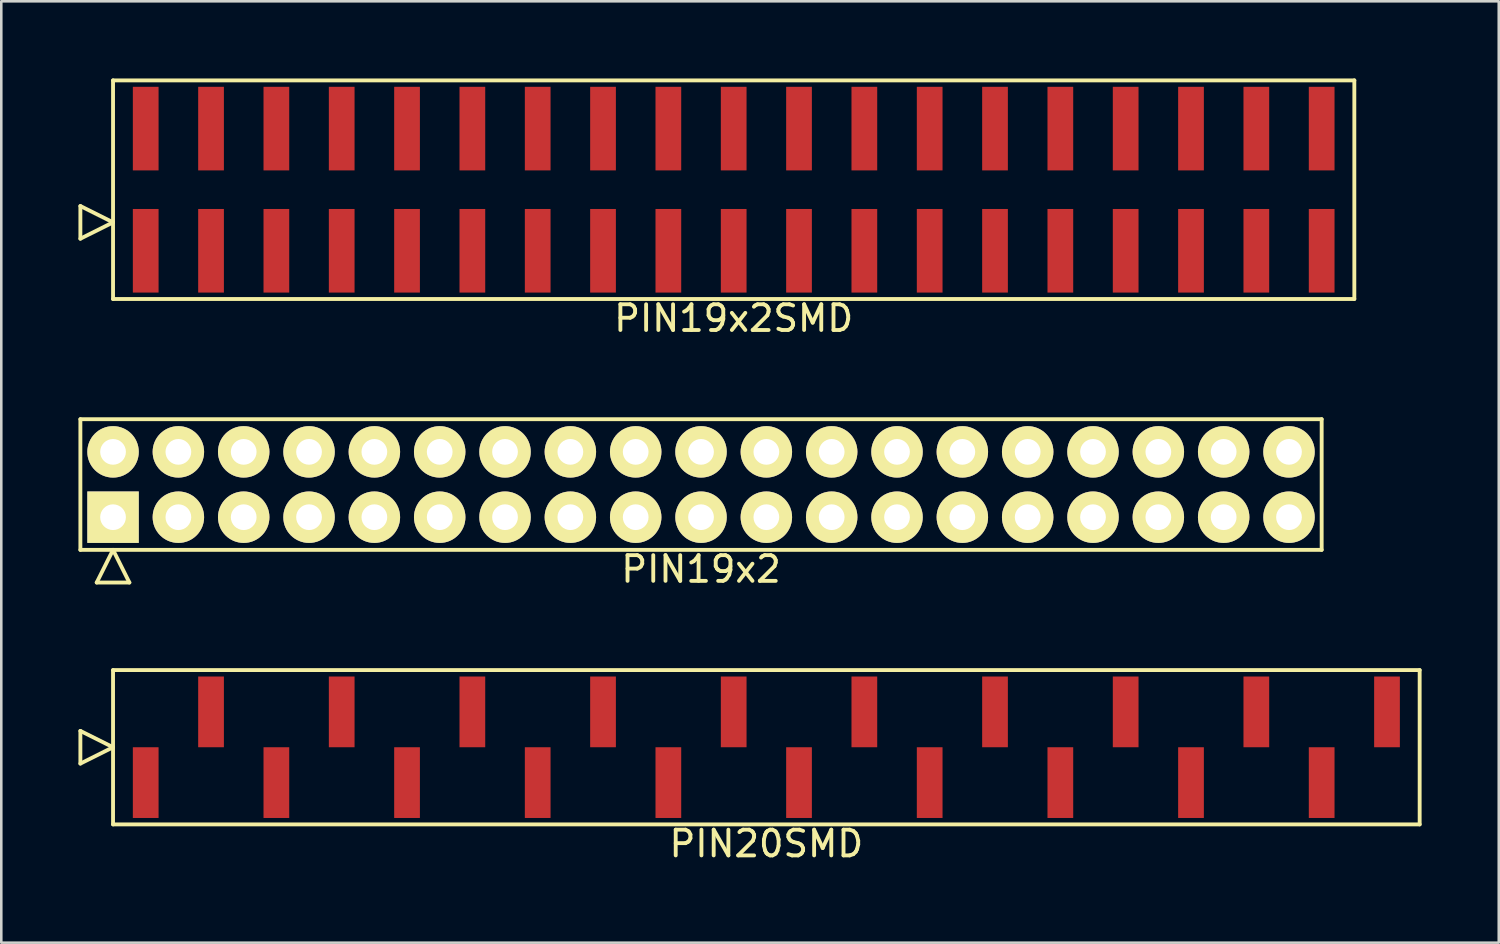
<source format=kicad_pcb>
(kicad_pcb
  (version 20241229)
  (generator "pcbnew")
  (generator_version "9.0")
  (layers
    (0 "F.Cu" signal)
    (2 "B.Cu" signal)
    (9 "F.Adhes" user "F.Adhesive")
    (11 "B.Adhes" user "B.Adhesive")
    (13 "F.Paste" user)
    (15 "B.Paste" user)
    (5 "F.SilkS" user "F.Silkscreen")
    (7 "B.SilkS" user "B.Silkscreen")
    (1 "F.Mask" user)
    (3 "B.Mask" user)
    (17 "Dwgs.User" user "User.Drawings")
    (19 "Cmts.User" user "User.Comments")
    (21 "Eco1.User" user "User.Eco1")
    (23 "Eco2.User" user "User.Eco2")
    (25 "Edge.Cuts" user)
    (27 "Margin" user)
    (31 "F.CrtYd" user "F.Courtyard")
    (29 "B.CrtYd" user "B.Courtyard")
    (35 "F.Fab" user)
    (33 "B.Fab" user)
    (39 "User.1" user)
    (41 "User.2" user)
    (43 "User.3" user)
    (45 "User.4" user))
  (footprint "PIN19x2"
    (layer "F.Cu")
    (at 24.205 15.788)
    (property "Reference" "PIN19x2" (at 0 3.29 0) (layer "F.SilkS") (effects (font (size 1 1) (thickness 0.15))))
    (attr through_hole)
    (fp_line (start -24.13 -2.54) (end -24.13 2.54) (stroke (width 0.15) (type solid)) (layer "F.SilkS"))
    (fp_line (start -24.13 2.54) (end 24.13 2.54) (stroke (width 0.15) (type solid)) (layer "F.SilkS"))
    (fp_line (start -23.495 3.81) (end -22.86 2.54) (stroke (width 0.15) (type solid)) (layer "F.SilkS"))
    (fp_line (start -23.495 3.81) (end -22.225 3.81) (stroke (width 0.15) (type solid)) (layer "F.SilkS"))
    (fp_line (start -22.225 3.81) (end -22.86 2.54) (stroke (width 0.15) (type solid)) (layer "F.SilkS"))
    (fp_line (start 24.13 -2.54) (end -24.13 -2.54) (stroke (width 0.15) (type solid)) (layer "F.SilkS"))
    (fp_line (start 24.13 2.54) (end 24.13 -2.54) (stroke (width 0.15) (type solid)) (layer "F.SilkS"))
    (pad "1" thru_hole rect (at -22.86 1.27) (size 2 2) (drill 1) (layers "*.Cu" "*.Mask" "F.SilkS"))
    (pad "2" thru_hole oval (at -22.86 -1.27) (size 2 2) (drill 1) (layers "*.Cu" "*.Mask" "F.SilkS"))
    (pad "3" thru_hole oval (at -20.32 1.27) (size 2 2) (drill 1) (layers "*.Cu" "*.Mask" "F.SilkS"))
    (pad "4" thru_hole oval (at -20.32 -1.27) (size 2 2) (drill 1) (layers "*.Cu" "*.Mask" "F.SilkS"))
    (pad "5" thru_hole oval (at -17.78 1.27) (size 2 2) (drill 1) (layers "*.Cu" "*.Mask" "F.SilkS"))
    (pad "6" thru_hole oval (at -17.78 -1.27) (size 2 2) (drill 1) (layers "*.Cu" "*.Mask" "F.SilkS"))
    (pad "7" thru_hole oval (at -15.24 1.27) (size 2 2) (drill 1) (layers "*.Cu" "*.Mask" "F.SilkS"))
    (pad "8" thru_hole oval (at -15.24 -1.27) (size 2 2) (drill 1) (layers "*.Cu" "*.Mask" "F.SilkS"))
    (pad "9" thru_hole oval (at -12.7 1.27) (size 2 2) (drill 1) (layers "*.Cu" "*.Mask" "F.SilkS"))
    (pad "10" thru_hole oval (at -12.7 -1.27) (size 2 2) (drill 1) (layers "*.Cu" "*.Mask" "F.SilkS"))
    (pad "11" thru_hole oval (at -10.16 1.27) (size 2 2) (drill 1) (layers "*.Cu" "*.Mask" "F.SilkS"))
    (pad "12" thru_hole oval (at -10.16 -1.27) (size 2 2) (drill 1) (layers "*.Cu" "*.Mask" "F.SilkS"))
    (pad "13" thru_hole oval (at -7.62 1.27) (size 2 2) (drill 1) (layers "*.Cu" "*.Mask" "F.SilkS"))
    (pad "14" thru_hole oval (at -7.62 -1.27) (size 2 2) (drill 1) (layers "*.Cu" "*.Mask" "F.SilkS"))
    (pad "15" thru_hole oval (at -5.08 1.27) (size 2 2) (drill 1) (layers "*.Cu" "*.Mask" "F.SilkS"))
    (pad "16" thru_hole oval (at -5.08 -1.27) (size 2 2) (drill 1) (layers "*.Cu" "*.Mask" "F.SilkS"))
    (pad "17" thru_hole oval (at -2.54 1.27) (size 2 2) (drill 1) (layers "*.Cu" "*.Mask" "F.SilkS"))
    (pad "18" thru_hole oval (at -2.54 -1.27) (size 2 2) (drill 1) (layers "*.Cu" "*.Mask" "F.SilkS"))
    (pad "19" thru_hole oval (at 0 1.27) (size 2 2) (drill 1) (layers "*.Cu" "*.Mask" "F.SilkS"))
    (pad "20" thru_hole oval (at 0 -1.27) (size 2 2) (drill 1) (layers "*.Cu" "*.Mask" "F.SilkS"))
    (pad "21" thru_hole oval (at 2.54 1.27) (size 2 2) (drill 1) (layers "*.Cu" "*.Mask" "F.SilkS"))
    (pad "22" thru_hole oval (at 2.54 -1.27) (size 2 2) (drill 1) (layers "*.Cu" "*.Mask" "F.SilkS"))
    (pad "23" thru_hole oval (at 5.08 1.27) (size 2 2) (drill 1) (layers "*.Cu" "*.Mask" "F.SilkS"))
    (pad "24" thru_hole oval (at 5.08 -1.27) (size 2 2) (drill 1) (layers "*.Cu" "*.Mask" "F.SilkS"))
    (pad "25" thru_hole oval (at 7.62 1.27) (size 2 2) (drill 1) (layers "*.Cu" "*.Mask" "F.SilkS"))
    (pad "26" thru_hole oval (at 7.62 -1.27) (size 2 2) (drill 1) (layers "*.Cu" "*.Mask" "F.SilkS"))
    (pad "27" thru_hole oval (at 10.16 1.27) (size 2 2) (drill 1) (layers "*.Cu" "*.Mask" "F.SilkS"))
    (pad "28" thru_hole oval (at 10.16 -1.27) (size 2 2) (drill 1) (layers "*.Cu" "*.Mask" "F.SilkS"))
    (pad "29" thru_hole oval (at 12.7 1.27) (size 2 2) (drill 1) (layers "*.Cu" "*.Mask" "F.SilkS"))
    (pad "30" thru_hole oval (at 12.7 -1.27) (size 2 2) (drill 1) (layers "*.Cu" "*.Mask" "F.SilkS"))
    (pad "31" thru_hole oval (at 15.24 1.27) (size 2 2) (drill 1) (layers "*.Cu" "*.Mask" "F.SilkS"))
    (pad "32" thru_hole oval (at 15.24 -1.27) (size 2 2) (drill 1) (layers "*.Cu" "*.Mask" "F.SilkS"))
    (pad "33" thru_hole oval (at 17.78 1.27) (size 2 2) (drill 1) (layers "*.Cu" "*.Mask" "F.SilkS"))
    (pad "34" thru_hole oval (at 17.78 -1.27) (size 2 2) (drill 1) (layers "*.Cu" "*.Mask" "F.SilkS"))
    (pad "35" thru_hole oval (at 20.32 1.27) (size 2 2) (drill 1) (layers "*.Cu" "*.Mask" "F.SilkS"))
    (pad "36" thru_hole oval (at 20.32 -1.27) (size 2 2) (drill 1) (layers "*.Cu" "*.Mask" "F.SilkS"))
    (pad "37" thru_hole oval (at 22.86 1.27) (size 2 2) (drill 1) (layers "*.Cu" "*.Mask" "F.SilkS"))
    (pad "38" thru_hole oval (at 22.86 -1.27) (size 2 2) (drill 1) (layers "*.Cu" "*.Mask" "F.SilkS")))
  (footprint "PIN19x2SMD"
    (layer "F.Cu")
    (at 25.475 4.325)
    (property "Reference" "PIN19x2SMD" (at 0 5 0) (layer "F.SilkS") (effects (font (size 1 1) (thickness 0.15))))
    (attr through_hole)
    (fp_line (start -25.4 1.905) (end -25.4 0.635) (stroke (width 0.15) (type solid)) (layer "F.SilkS"))
    (fp_line (start -24.13 -4.25) (end -24.13 4.25) (stroke (width 0.15) (type solid)) (layer "F.SilkS"))
    (fp_line (start -24.13 1.27) (end -25.4 0.635) (stroke (width 0.15) (type solid)) (layer "F.SilkS"))
    (fp_line (start -24.13 1.27) (end -25.4 1.905) (stroke (width 0.15) (type solid)) (layer "F.SilkS"))
    (fp_line (start -24.13 4.25) (end 24.13 4.25) (stroke (width 0.15) (type solid)) (layer "F.SilkS"))
    (fp_line (start 24.13 -4.25) (end -24.13 -4.25) (stroke (width 0.15) (type solid)) (layer "F.SilkS"))
    (fp_line (start 24.13 4.25) (end 24.13 -4.25) (stroke (width 0.15) (type solid)) (layer "F.SilkS"))
    (pad "1" smd rect (at -22.86 2.375) (size 1 3.25) (layers "F.Cu" "F.Mask" "F.Paste"))
    (pad "2" smd rect (at -22.86 -2.375) (size 1 3.25) (layers "F.Cu" "F.Mask" "F.Paste"))
    (pad "3" smd rect (at -20.32 2.375) (size 1 3.25) (layers "F.Cu" "F.Mask" "F.Paste"))
    (pad "4" smd rect (at -20.32 -2.375) (size 1 3.25) (layers "F.Cu" "F.Mask" "F.Paste"))
    (pad "5" smd rect (at -17.78 2.375) (size 1 3.25) (layers "F.Cu" "F.Mask" "F.Paste"))
    (pad "6" smd rect (at -17.78 -2.375) (size 1 3.25) (layers "F.Cu" "F.Mask" "F.Paste"))
    (pad "7" smd rect (at -15.24 2.375) (size 1 3.25) (layers "F.Cu" "F.Mask" "F.Paste"))
    (pad "8" smd rect (at -15.24 -2.375) (size 1 3.25) (layers "F.Cu" "F.Mask" "F.Paste"))
    (pad "9" smd rect (at -12.7 2.375) (size 1 3.25) (layers "F.Cu" "F.Mask" "F.Paste"))
    (pad "10" smd rect (at -12.7 -2.375) (size 1 3.25) (layers "F.Cu" "F.Mask" "F.Paste"))
    (pad "11" smd rect (at -10.16 2.375) (size 1 3.25) (layers "F.Cu" "F.Mask" "F.Paste"))
    (pad "12" smd rect (at -10.16 -2.375) (size 1 3.25) (layers "F.Cu" "F.Mask" "F.Paste"))
    (pad "13" smd rect (at -7.62 2.375) (size 1 3.25) (layers "F.Cu" "F.Mask" "F.Paste"))
    (pad "14" smd rect (at -7.62 -2.375) (size 1 3.25) (layers "F.Cu" "F.Mask" "F.Paste"))
    (pad "15" smd rect (at -5.08 2.375) (size 1 3.25) (layers "F.Cu" "F.Mask" "F.Paste"))
    (pad "16" smd rect (at -5.08 -2.375) (size 1 3.25) (layers "F.Cu" "F.Mask" "F.Paste"))
    (pad "17" smd rect (at -2.54 2.375) (size 1 3.25) (layers "F.Cu" "F.Mask" "F.Paste"))
    (pad "18" smd rect (at -2.54 -2.375) (size 1 3.25) (layers "F.Cu" "F.Mask" "F.Paste"))
    (pad "19" smd rect (at 0 2.375) (size 1 3.25) (layers "F.Cu" "F.Mask" "F.Paste"))
    (pad "20" smd rect (at 0 -2.375) (size 1 3.25) (layers "F.Cu" "F.Mask" "F.Paste"))
    (pad "21" smd rect (at 2.54 2.375) (size 1 3.25) (layers "F.Cu" "F.Mask" "F.Paste"))
    (pad "22" smd rect (at 2.54 -2.375) (size 1 3.25) (layers "F.Cu" "F.Mask" "F.Paste"))
    (pad "23" smd rect (at 5.08 2.375) (size 1 3.25) (layers "F.Cu" "F.Mask" "F.Paste"))
    (pad "24" smd rect (at 5.08 -2.375) (size 1 3.25) (layers "F.Cu" "F.Mask" "F.Paste"))
    (pad "25" smd rect (at 7.62 2.375) (size 1 3.25) (layers "F.Cu" "F.Mask" "F.Paste"))
    (pad "26" smd rect (at 7.62 -2.375) (size 1 3.25) (layers "F.Cu" "F.Mask" "F.Paste"))
    (pad "27" smd rect (at 10.16 2.375) (size 1 3.25) (layers "F.Cu" "F.Mask" "F.Paste"))
    (pad "28" smd rect (at 10.16 -2.375) (size 1 3.25) (layers "F.Cu" "F.Mask" "F.Paste"))
    (pad "29" smd rect (at 12.7 2.375) (size 1 3.25) (layers "F.Cu" "F.Mask" "F.Paste"))
    (pad "30" smd rect (at 12.7 -2.375) (size 1 3.25) (layers "F.Cu" "F.Mask" "F.Paste"))
    (pad "31" smd rect (at 15.24 2.375) (size 1 3.25) (layers "F.Cu" "F.Mask" "F.Paste"))
    (pad "32" smd rect (at 15.24 -2.375) (size 1 3.25) (layers "F.Cu" "F.Mask" "F.Paste"))
    (pad "33" smd rect (at 17.78 2.375) (size 1 3.25) (layers "F.Cu" "F.Mask" "F.Paste"))
    (pad "34" smd rect (at 17.78 -2.375) (size 1 3.25) (layers "F.Cu" "F.Mask" "F.Paste"))
    (pad "35" smd rect (at 20.32 2.375) (size 1 3.25) (layers "F.Cu" "F.Mask" "F.Paste"))
    (pad "36" smd rect (at 20.32 -2.375) (size 1 3.25) (layers "F.Cu" "F.Mask" "F.Paste"))
    (pad "37" smd rect (at 22.86 2.375) (size 1 3.25) (layers "F.Cu" "F.Mask" "F.Paste"))
    (pad "38" smd rect (at 22.86 -2.375) (size 1 3.25) (layers "F.Cu" "F.Mask" "F.Paste")))
  (footprint "PIN20SMD"
    (layer "F.Cu")
    (at 26.745 26.002)
    (property "Reference" "PIN20SMD" (at 0 3.75 0) (layer "F.SilkS") (effects (font (size 1 1) (thickness 0.15))))
    (attr through_hole)
    (fp_line (start -26.67 0.635) (end -26.67 -0.635) (stroke (width 0.15) (type solid)) (layer "F.SilkS"))
    (fp_line (start -25.4 -3) (end -25.4 3) (stroke (width 0.15) (type solid)) (layer "F.SilkS"))
    (fp_line (start -25.4 0) (end -26.67 -0.635) (stroke (width 0.15) (type solid)) (layer "F.SilkS"))
    (fp_line (start -25.4 0) (end -26.67 0.635) (stroke (width 0.15) (type solid)) (layer "F.SilkS"))
    (fp_line (start -25.4 3) (end 25.4 3) (stroke (width 0.15) (type solid)) (layer "F.SilkS"))
    (fp_line (start 25.4 -3) (end -25.4 -3) (stroke (width 0.15) (type solid)) (layer "F.SilkS"))
    (fp_line (start 25.4 3) (end 25.4 -3) (stroke (width 0.15) (type solid)) (layer "F.SilkS"))
    (pad "1" smd rect (at -24.13 1.375) (size 1 2.75) (layers "F.Cu" "F.Mask" "F.Paste"))
    (pad "2" smd rect (at -21.59 -1.375) (size 1 2.75) (layers "F.Cu" "F.Mask" "F.Paste"))
    (pad "3" smd rect (at -19.05 1.375) (size 1 2.75) (layers "F.Cu" "F.Mask" "F.Paste"))
    (pad "4" smd rect (at -16.51 -1.375) (size 1 2.75) (layers "F.Cu" "F.Mask" "F.Paste"))
    (pad "5" smd rect (at -13.97 1.375) (size 1 2.75) (layers "F.Cu" "F.Mask" "F.Paste"))
    (pad "6" smd rect (at -11.43 -1.375) (size 1 2.75) (layers "F.Cu" "F.Mask" "F.Paste"))
    (pad "7" smd rect (at -8.89 1.375) (size 1 2.75) (layers "F.Cu" "F.Mask" "F.Paste"))
    (pad "8" smd rect (at -6.35 -1.375) (size 1 2.75) (layers "F.Cu" "F.Mask" "F.Paste"))
    (pad "9" smd rect (at -3.81 1.375) (size 1 2.75) (layers "F.Cu" "F.Mask" "F.Paste"))
    (pad "10" smd rect (at -1.27 -1.375) (size 1 2.75) (layers "F.Cu" "F.Mask" "F.Paste"))
    (pad "11" smd rect (at 1.27 1.375) (size 1 2.75) (layers "F.Cu" "F.Mask" "F.Paste"))
    (pad "12" smd rect (at 3.81 -1.375) (size 1 2.75) (layers "F.Cu" "F.Mask" "F.Paste"))
    (pad "13" smd rect (at 6.35 1.375) (size 1 2.75) (layers "F.Cu" "F.Mask" "F.Paste"))
    (pad "14" smd rect (at 8.89 -1.375) (size 1 2.75) (layers "F.Cu" "F.Mask" "F.Paste"))
    (pad "15" smd rect (at 11.43 1.375) (size 1 2.75) (layers "F.Cu" "F.Mask" "F.Paste"))
    (pad "16" smd rect (at 13.97 -1.375) (size 1 2.75) (layers "F.Cu" "F.Mask" "F.Paste"))
    (pad "17" smd rect (at 16.51 1.375) (size 1 2.75) (layers "F.Cu" "F.Mask" "F.Paste"))
    (pad "18" smd rect (at 19.05 -1.375) (size 1 2.75) (layers "F.Cu" "F.Mask" "F.Paste"))
    (pad "19" smd rect (at 21.59 1.375) (size 1 2.75) (layers "F.Cu" "F.Mask" "F.Paste"))
    (pad "20" smd rect (at 24.13 -1.375) (size 1 2.75) (layers "F.Cu" "F.Mask" "F.Paste")))
  (gr_rect
    (start -3 -3)
    (end 55.22 33.6)
    (stroke (width 0.1) (type default))
    (fill no)
    (layer "Edge.Cuts")))
</source>
